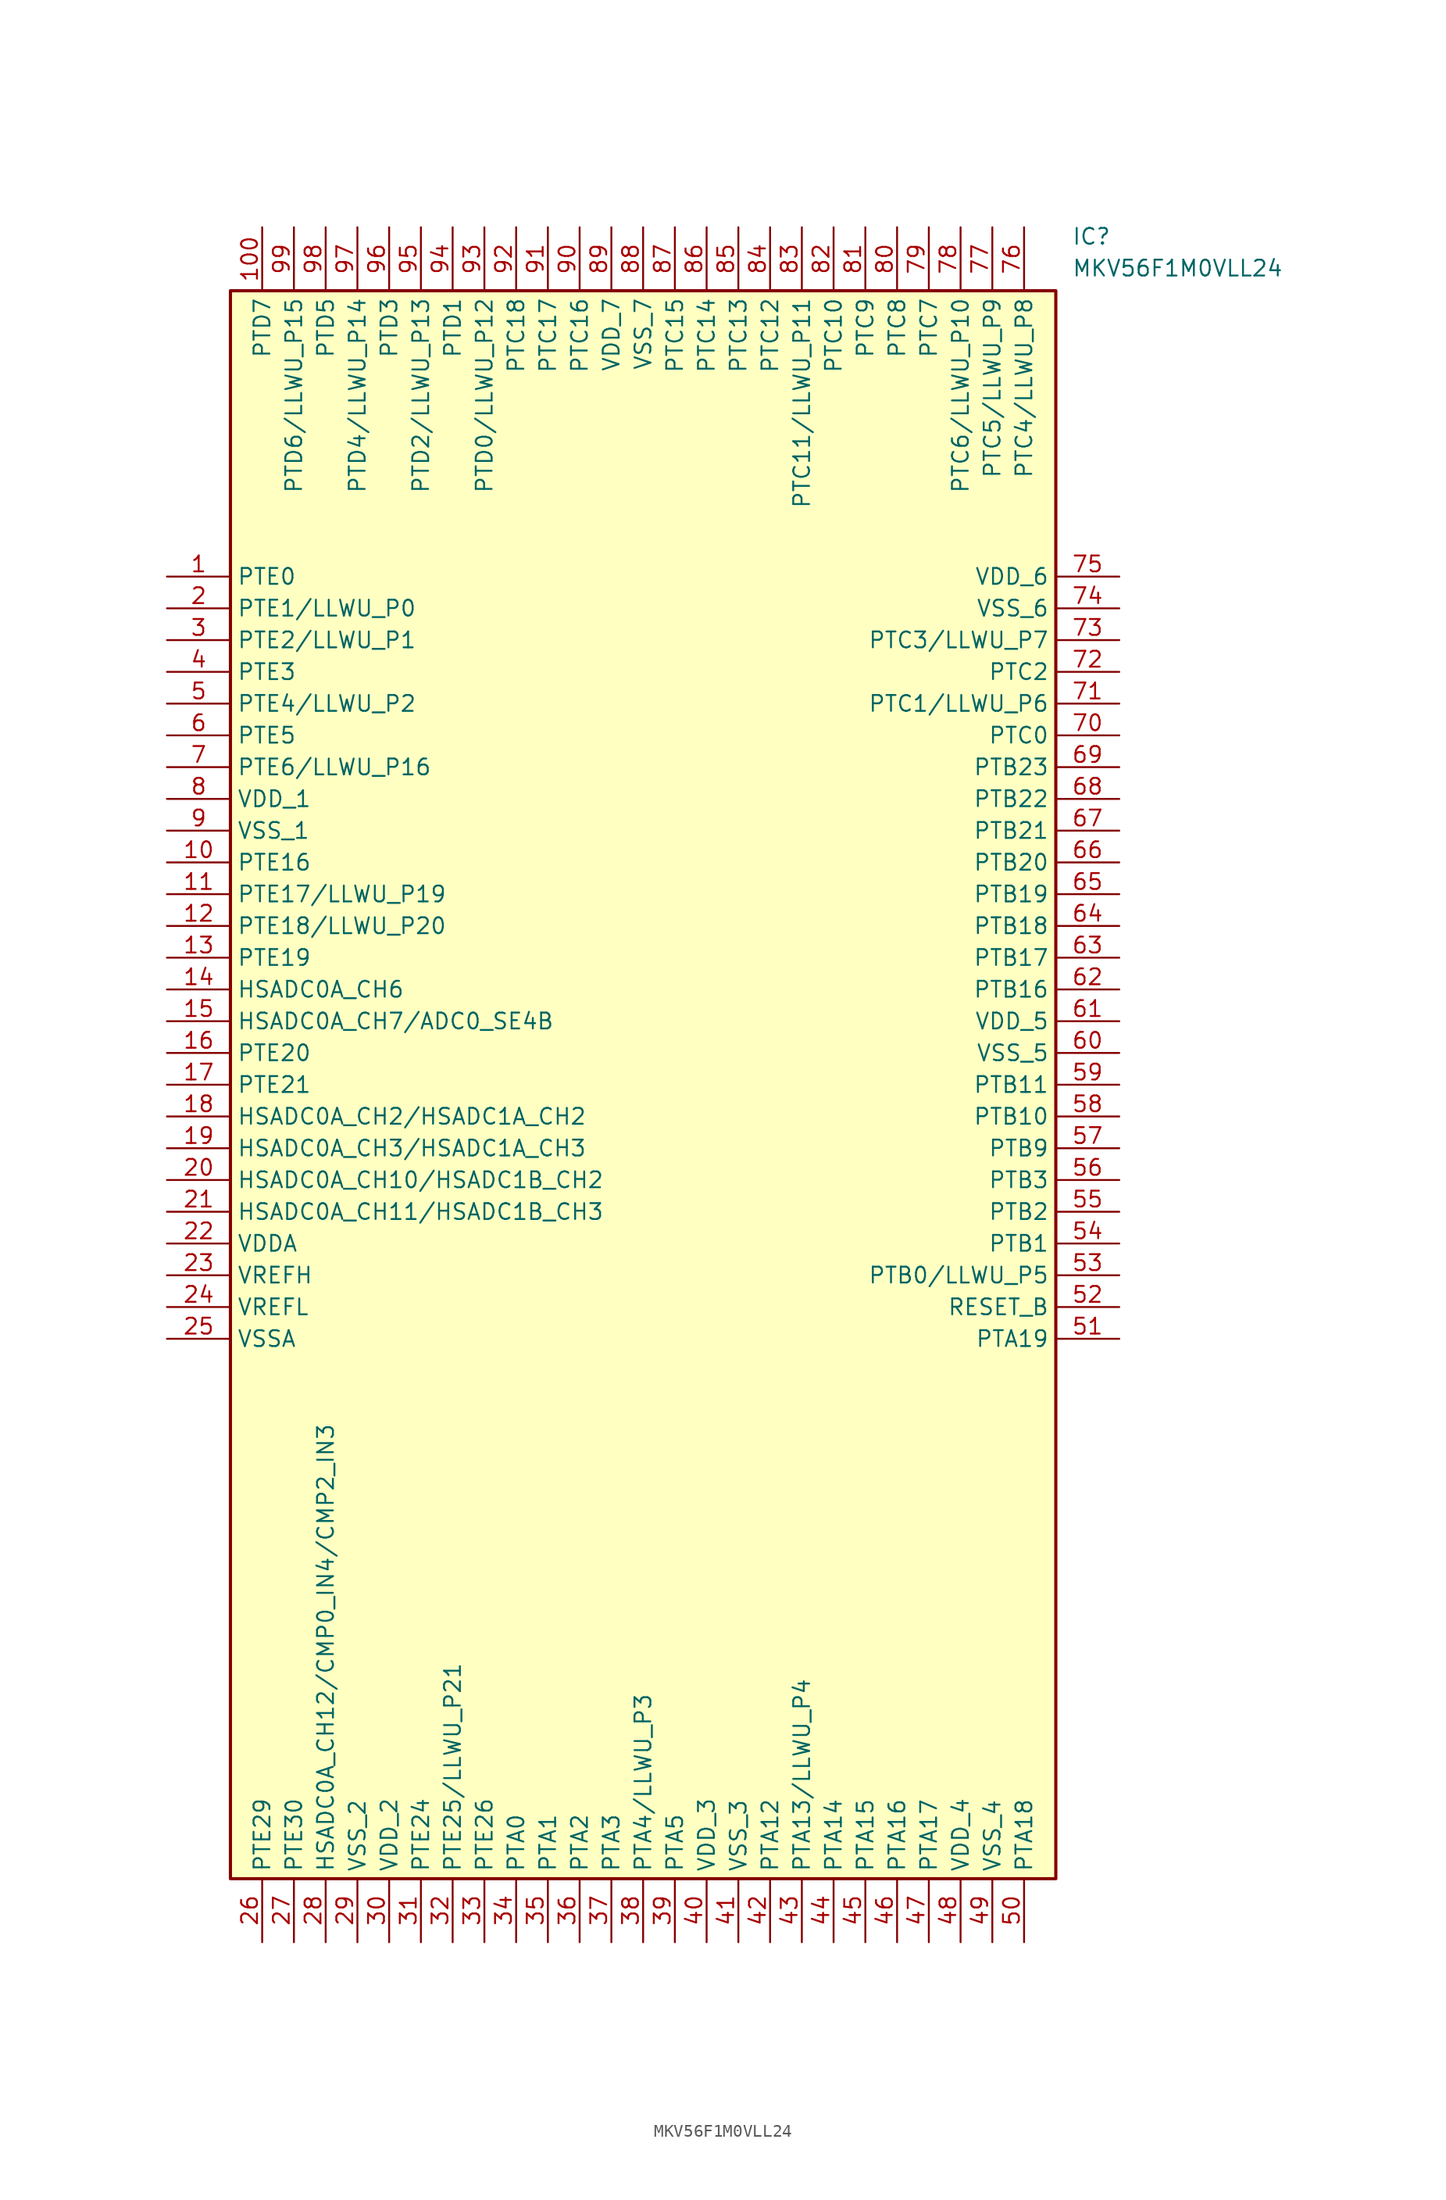
<source format=kicad_sym>
(kicad_symbol_lib
  (version 20211014)
  (generator SamacSys_ECAD_Model)
  (symbol "MKV56F1M0VLL24"
    (property "Reference" "IC"
      (at 72.39 27.94 0)
      (effects (font (size 1.27 1.27)) (justify left top)))
    (property "Value" "MKV56F1M0VLL24"
      (at 72.39 25.4 0)
      (effects (font (size 1.27 1.27)) (justify left top)))
    (rectangle
      (start 5.08 22.86)
      (end 71.12 -104.14)
      (stroke (width 0.254) (type default))
      (fill (type background)))
    (pin passive line
      (at 0 0 0)
      (length 5.08)
      (name "PTE0" (effects (font (size 1.27 1.27))))
      (number "1" (effects (font (size 1.27 1.27)))))
    (pin passive line
      (at 0 -2.54 0)
      (length 5.08)
      (name "PTE1/LLWU_P0" (effects (font (size 1.27 1.27))))
      (number "2" (effects (font (size 1.27 1.27)))))
    (pin passive line
      (at 0 -5.08 0)
      (length 5.08)
      (name "PTE2/LLWU_P1" (effects (font (size 1.27 1.27))))
      (number "3" (effects (font (size 1.27 1.27)))))
    (pin passive line
      (at 0 -7.62 0)
      (length 5.08)
      (name "PTE3" (effects (font (size 1.27 1.27))))
      (number "4" (effects (font (size 1.27 1.27)))))
    (pin passive line
      (at 0 -10.16 0)
      (length 5.08)
      (name "PTE4/LLWU_P2" (effects (font (size 1.27 1.27))))
      (number "5" (effects (font (size 1.27 1.27)))))
    (pin passive line
      (at 0 -12.7 0)
      (length 5.08)
      (name "PTE5" (effects (font (size 1.27 1.27))))
      (number "6" (effects (font (size 1.27 1.27)))))
    (pin passive line
      (at 0 -15.24 0)
      (length 5.08)
      (name "PTE6/LLWU_P16" (effects (font (size 1.27 1.27))))
      (number "7" (effects (font (size 1.27 1.27)))))
    (pin passive line
      (at 0 -17.78 0)
      (length 5.08)
      (name "VDD_1" (effects (font (size 1.27 1.27))))
      (number "8" (effects (font (size 1.27 1.27)))))
    (pin passive line
      (at 0 -20.32 0)
      (length 5.08)
      (name "VSS_1" (effects (font (size 1.27 1.27))))
      (number "9" (effects (font (size 1.27 1.27)))))
    (pin passive line
      (at 0 -22.86 0)
      (length 5.08)
      (name "PTE16" (effects (font (size 1.27 1.27))))
      (number "10" (effects (font (size 1.27 1.27)))))
    (pin passive line
      (at 0 -25.4 0)
      (length 5.08)
      (name "PTE17/LLWU_P19" (effects (font (size 1.27 1.27))))
      (number "11" (effects (font (size 1.27 1.27)))))
    (pin passive line
      (at 0 -27.94 0)
      (length 5.08)
      (name "PTE18/LLWU_P20" (effects (font (size 1.27 1.27))))
      (number "12" (effects (font (size 1.27 1.27)))))
    (pin passive line
      (at 0 -30.48 0)
      (length 5.08)
      (name "PTE19" (effects (font (size 1.27 1.27))))
      (number "13" (effects (font (size 1.27 1.27)))))
    (pin passive line
      (at 0 -33.02 0)
      (length 5.08)
      (name "HSADC0A_CH6" (effects (font (size 1.27 1.27))))
      (number "14" (effects (font (size 1.27 1.27)))))
    (pin passive line
      (at 0 -35.56 0)
      (length 5.08)
      (name "HSADC0A_CH7/ADC0_SE4B" (effects (font (size 1.27 1.27))))
      (number "15" (effects (font (size 1.27 1.27)))))
    (pin passive line
      (at 0 -38.1 0)
      (length 5.08)
      (name "PTE20" (effects (font (size 1.27 1.27))))
      (number "16" (effects (font (size 1.27 1.27)))))
    (pin passive line
      (at 0 -40.64 0)
      (length 5.08)
      (name "PTE21" (effects (font (size 1.27 1.27))))
      (number "17" (effects (font (size 1.27 1.27)))))
    (pin passive line
      (at 0 -43.18 0)
      (length 5.08)
      (name "HSADC0A_CH2/HSADC1A_CH2" (effects (font (size 1.27 1.27))))
      (number "18" (effects (font (size 1.27 1.27)))))
    (pin passive line
      (at 0 -45.72 0)
      (length 5.08)
      (name "HSADC0A_CH3/HSADC1A_CH3" (effects (font (size 1.27 1.27))))
      (number "19" (effects (font (size 1.27 1.27)))))
    (pin passive line
      (at 0 -48.26 0)
      (length 5.08)
      (name "HSADC0A_CH10/HSADC1B_CH2" (effects (font (size 1.27 1.27))))
      (number "20" (effects (font (size 1.27 1.27)))))
    (pin passive line
      (at 0 -50.8 0)
      (length 5.08)
      (name "HSADC0A_CH11/HSADC1B_CH3" (effects (font (size 1.27 1.27))))
      (number "21" (effects (font (size 1.27 1.27)))))
    (pin passive line
      (at 0 -53.34 0)
      (length 5.08)
      (name "VDDA" (effects (font (size 1.27 1.27))))
      (number "22" (effects (font (size 1.27 1.27)))))
    (pin passive line
      (at 0 -55.88 0)
      (length 5.08)
      (name "VREFH" (effects (font (size 1.27 1.27))))
      (number "23" (effects (font (size 1.27 1.27)))))
    (pin passive line
      (at 0 -58.42 0)
      (length 5.08)
      (name "VREFL" (effects (font (size 1.27 1.27))))
      (number "24" (effects (font (size 1.27 1.27)))))
    (pin passive line
      (at 0 -60.96 0)
      (length 5.08)
      (name "VSSA" (effects (font (size 1.27 1.27))))
      (number "25" (effects (font (size 1.27 1.27)))))
    (pin passive line
      (at 7.62 -109.22 90)
      (length 5.08)
      (name "PTE29" (effects (font (size 1.27 1.27))))
      (number "26" (effects (font (size 1.27 1.27)))))
    (pin passive line
      (at 10.16 -109.22 90)
      (length 5.08)
      (name "PTE30" (effects (font (size 1.27 1.27))))
      (number "27" (effects (font (size 1.27 1.27)))))
    (pin passive line
      (at 12.7 -109.22 90)
      (length 5.08)
      (name "HSADC0A_CH12/CMP0_IN4/CMP2_IN3" (effects (font (size 1.27 1.27))))
      (number "28" (effects (font (size 1.27 1.27)))))
    (pin passive line
      (at 15.24 -109.22 90)
      (length 5.08)
      (name "VSS_2" (effects (font (size 1.27 1.27))))
      (number "29" (effects (font (size 1.27 1.27)))))
    (pin passive line
      (at 17.78 -109.22 90)
      (length 5.08)
      (name "VDD_2" (effects (font (size 1.27 1.27))))
      (number "30" (effects (font (size 1.27 1.27)))))
    (pin passive line
      (at 20.32 -109.22 90)
      (length 5.08)
      (name "PTE24" (effects (font (size 1.27 1.27))))
      (number "31" (effects (font (size 1.27 1.27)))))
    (pin passive line
      (at 22.86 -109.22 90)
      (length 5.08)
      (name "PTE25/LLWU_P21" (effects (font (size 1.27 1.27))))
      (number "32" (effects (font (size 1.27 1.27)))))
    (pin passive line
      (at 25.4 -109.22 90)
      (length 5.08)
      (name "PTE26" (effects (font (size 1.27 1.27))))
      (number "33" (effects (font (size 1.27 1.27)))))
    (pin passive line
      (at 27.94 -109.22 90)
      (length 5.08)
      (name "PTA0" (effects (font (size 1.27 1.27))))
      (number "34" (effects (font (size 1.27 1.27)))))
    (pin passive line
      (at 30.48 -109.22 90)
      (length 5.08)
      (name "PTA1" (effects (font (size 1.27 1.27))))
      (number "35" (effects (font (size 1.27 1.27)))))
    (pin passive line
      (at 33.02 -109.22 90)
      (length 5.08)
      (name "PTA2" (effects (font (size 1.27 1.27))))
      (number "36" (effects (font (size 1.27 1.27)))))
    (pin passive line
      (at 35.56 -109.22 90)
      (length 5.08)
      (name "PTA3" (effects (font (size 1.27 1.27))))
      (number "37" (effects (font (size 1.27 1.27)))))
    (pin passive line
      (at 38.1 -109.22 90)
      (length 5.08)
      (name "PTA4/LLWU_P3" (effects (font (size 1.27 1.27))))
      (number "38" (effects (font (size 1.27 1.27)))))
    (pin passive line
      (at 40.64 -109.22 90)
      (length 5.08)
      (name "PTA5" (effects (font (size 1.27 1.27))))
      (number "39" (effects (font (size 1.27 1.27)))))
    (pin passive line
      (at 43.18 -109.22 90)
      (length 5.08)
      (name "VDD_3" (effects (font (size 1.27 1.27))))
      (number "40" (effects (font (size 1.27 1.27)))))
    (pin passive line
      (at 45.72 -109.22 90)
      (length 5.08)
      (name "VSS_3" (effects (font (size 1.27 1.27))))
      (number "41" (effects (font (size 1.27 1.27)))))
    (pin passive line
      (at 48.26 -109.22 90)
      (length 5.08)
      (name "PTA12" (effects (font (size 1.27 1.27))))
      (number "42" (effects (font (size 1.27 1.27)))))
    (pin passive line
      (at 50.8 -109.22 90)
      (length 5.08)
      (name "PTA13/LLWU_P4" (effects (font (size 1.27 1.27))))
      (number "43" (effects (font (size 1.27 1.27)))))
    (pin passive line
      (at 53.34 -109.22 90)
      (length 5.08)
      (name "PTA14" (effects (font (size 1.27 1.27))))
      (number "44" (effects (font (size 1.27 1.27)))))
    (pin passive line
      (at 55.88 -109.22 90)
      (length 5.08)
      (name "PTA15" (effects (font (size 1.27 1.27))))
      (number "45" (effects (font (size 1.27 1.27)))))
    (pin passive line
      (at 58.42 -109.22 90)
      (length 5.08)
      (name "PTA16" (effects (font (size 1.27 1.27))))
      (number "46" (effects (font (size 1.27 1.27)))))
    (pin passive line
      (at 60.96 -109.22 90)
      (length 5.08)
      (name "PTA17" (effects (font (size 1.27 1.27))))
      (number "47" (effects (font (size 1.27 1.27)))))
    (pin passive line
      (at 63.5 -109.22 90)
      (length 5.08)
      (name "VDD_4" (effects (font (size 1.27 1.27))))
      (number "48" (effects (font (size 1.27 1.27)))))
    (pin passive line
      (at 66.04 -109.22 90)
      (length 5.08)
      (name "VSS_4" (effects (font (size 1.27 1.27))))
      (number "49" (effects (font (size 1.27 1.27)))))
    (pin passive line
      (at 68.58 -109.22 90)
      (length 5.08)
      (name "PTA18" (effects (font (size 1.27 1.27))))
      (number "50" (effects (font (size 1.27 1.27)))))
    (pin passive line
      (at 76.2 0 180)
      (length 5.08)
      (name "VDD_6" (effects (font (size 1.27 1.27))))
      (number "75" (effects (font (size 1.27 1.27)))))
    (pin passive line
      (at 76.2 -2.54 180)
      (length 5.08)
      (name "VSS_6" (effects (font (size 1.27 1.27))))
      (number "74" (effects (font (size 1.27 1.27)))))
    (pin passive line
      (at 76.2 -5.08 180)
      (length 5.08)
      (name "PTC3/LLWU_P7" (effects (font (size 1.27 1.27))))
      (number "73" (effects (font (size 1.27 1.27)))))
    (pin passive line
      (at 76.2 -7.62 180)
      (length 5.08)
      (name "PTC2" (effects (font (size 1.27 1.27))))
      (number "72" (effects (font (size 1.27 1.27)))))
    (pin passive line
      (at 76.2 -10.16 180)
      (length 5.08)
      (name "PTC1/LLWU_P6" (effects (font (size 1.27 1.27))))
      (number "71" (effects (font (size 1.27 1.27)))))
    (pin passive line
      (at 76.2 -12.7 180)
      (length 5.08)
      (name "PTC0" (effects (font (size 1.27 1.27))))
      (number "70" (effects (font (size 1.27 1.27)))))
    (pin passive line
      (at 76.2 -15.24 180)
      (length 5.08)
      (name "PTB23" (effects (font (size 1.27 1.27))))
      (number "69" (effects (font (size 1.27 1.27)))))
    (pin passive line
      (at 76.2 -17.78 180)
      (length 5.08)
      (name "PTB22" (effects (font (size 1.27 1.27))))
      (number "68" (effects (font (size 1.27 1.27)))))
    (pin passive line
      (at 76.2 -20.32 180)
      (length 5.08)
      (name "PTB21" (effects (font (size 1.27 1.27))))
      (number "67" (effects (font (size 1.27 1.27)))))
    (pin passive line
      (at 76.2 -22.86 180)
      (length 5.08)
      (name "PTB20" (effects (font (size 1.27 1.27))))
      (number "66" (effects (font (size 1.27 1.27)))))
    (pin passive line
      (at 76.2 -25.4 180)
      (length 5.08)
      (name "PTB19" (effects (font (size 1.27 1.27))))
      (number "65" (effects (font (size 1.27 1.27)))))
    (pin passive line
      (at 76.2 -27.94 180)
      (length 5.08)
      (name "PTB18" (effects (font (size 1.27 1.27))))
      (number "64" (effects (font (size 1.27 1.27)))))
    (pin passive line
      (at 76.2 -30.48 180)
      (length 5.08)
      (name "PTB17" (effects (font (size 1.27 1.27))))
      (number "63" (effects (font (size 1.27 1.27)))))
    (pin passive line
      (at 76.2 -33.02 180)
      (length 5.08)
      (name "PTB16" (effects (font (size 1.27 1.27))))
      (number "62" (effects (font (size 1.27 1.27)))))
    (pin passive line
      (at 76.2 -35.56 180)
      (length 5.08)
      (name "VDD_5" (effects (font (size 1.27 1.27))))
      (number "61" (effects (font (size 1.27 1.27)))))
    (pin passive line
      (at 76.2 -38.1 180)
      (length 5.08)
      (name "VSS_5" (effects (font (size 1.27 1.27))))
      (number "60" (effects (font (size 1.27 1.27)))))
    (pin passive line
      (at 76.2 -40.64 180)
      (length 5.08)
      (name "PTB11" (effects (font (size 1.27 1.27))))
      (number "59" (effects (font (size 1.27 1.27)))))
    (pin passive line
      (at 76.2 -43.18 180)
      (length 5.08)
      (name "PTB10" (effects (font (size 1.27 1.27))))
      (number "58" (effects (font (size 1.27 1.27)))))
    (pin passive line
      (at 76.2 -45.72 180)
      (length 5.08)
      (name "PTB9" (effects (font (size 1.27 1.27))))
      (number "57" (effects (font (size 1.27 1.27)))))
    (pin passive line
      (at 76.2 -48.26 180)
      (length 5.08)
      (name "PTB3" (effects (font (size 1.27 1.27))))
      (number "56" (effects (font (size 1.27 1.27)))))
    (pin passive line
      (at 76.2 -50.8 180)
      (length 5.08)
      (name "PTB2" (effects (font (size 1.27 1.27))))
      (number "55" (effects (font (size 1.27 1.27)))))
    (pin passive line
      (at 76.2 -53.34 180)
      (length 5.08)
      (name "PTB1" (effects (font (size 1.27 1.27))))
      (number "54" (effects (font (size 1.27 1.27)))))
    (pin passive line
      (at 76.2 -55.88 180)
      (length 5.08)
      (name "PTB0/LLWU_P5" (effects (font (size 1.27 1.27))))
      (number "53" (effects (font (size 1.27 1.27)))))
    (pin passive line
      (at 76.2 -58.42 180)
      (length 5.08)
      (name "RESET_B" (effects (font (size 1.27 1.27))))
      (number "52" (effects (font (size 1.27 1.27)))))
    (pin passive line
      (at 76.2 -60.96 180)
      (length 5.08)
      (name "PTA19" (effects (font (size 1.27 1.27))))
      (number "51" (effects (font (size 1.27 1.27)))))
    (pin passive line
      (at 7.62 27.94 270)
      (length 5.08)
      (name "PTD7" (effects (font (size 1.27 1.27))))
      (number "100" (effects (font (size 1.27 1.27)))))
    (pin passive line
      (at 10.16 27.94 270)
      (length 5.08)
      (name "PTD6/LLWU_P15" (effects (font (size 1.27 1.27))))
      (number "99" (effects (font (size 1.27 1.27)))))
    (pin passive line
      (at 12.7 27.94 270)
      (length 5.08)
      (name "PTD5" (effects (font (size 1.27 1.27))))
      (number "98" (effects (font (size 1.27 1.27)))))
    (pin passive line
      (at 15.24 27.94 270)
      (length 5.08)
      (name "PTD4/LLWU_P14" (effects (font (size 1.27 1.27))))
      (number "97" (effects (font (size 1.27 1.27)))))
    (pin passive line
      (at 17.78 27.94 270)
      (length 5.08)
      (name "PTD3" (effects (font (size 1.27 1.27))))
      (number "96" (effects (font (size 1.27 1.27)))))
    (pin passive line
      (at 20.32 27.94 270)
      (length 5.08)
      (name "PTD2/LLWU_P13" (effects (font (size 1.27 1.27))))
      (number "95" (effects (font (size 1.27 1.27)))))
    (pin passive line
      (at 22.86 27.94 270)
      (length 5.08)
      (name "PTD1" (effects (font (size 1.27 1.27))))
      (number "94" (effects (font (size 1.27 1.27)))))
    (pin passive line
      (at 25.4 27.94 270)
      (length 5.08)
      (name "PTD0/LLWU_P12" (effects (font (size 1.27 1.27))))
      (number "93" (effects (font (size 1.27 1.27)))))
    (pin passive line
      (at 27.94 27.94 270)
      (length 5.08)
      (name "PTC18" (effects (font (size 1.27 1.27))))
      (number "92" (effects (font (size 1.27 1.27)))))
    (pin passive line
      (at 30.48 27.94 270)
      (length 5.08)
      (name "PTC17" (effects (font (size 1.27 1.27))))
      (number "91" (effects (font (size 1.27 1.27)))))
    (pin passive line
      (at 33.02 27.94 270)
      (length 5.08)
      (name "PTC16" (effects (font (size 1.27 1.27))))
      (number "90" (effects (font (size 1.27 1.27)))))
    (pin passive line
      (at 35.56 27.94 270)
      (length 5.08)
      (name "VDD_7" (effects (font (size 1.27 1.27))))
      (number "89" (effects (font (size 1.27 1.27)))))
    (pin passive line
      (at 38.1 27.94 270)
      (length 5.08)
      (name "VSS_7" (effects (font (size 1.27 1.27))))
      (number "88" (effects (font (size 1.27 1.27)))))
    (pin passive line
      (at 40.64 27.94 270)
      (length 5.08)
      (name "PTC15" (effects (font (size 1.27 1.27))))
      (number "87" (effects (font (size 1.27 1.27)))))
    (pin passive line
      (at 43.18 27.94 270)
      (length 5.08)
      (name "PTC14" (effects (font (size 1.27 1.27))))
      (number "86" (effects (font (size 1.27 1.27)))))
    (pin passive line
      (at 45.72 27.94 270)
      (length 5.08)
      (name "PTC13" (effects (font (size 1.27 1.27))))
      (number "85" (effects (font (size 1.27 1.27)))))
    (pin passive line
      (at 48.26 27.94 270)
      (length 5.08)
      (name "PTC12" (effects (font (size 1.27 1.27))))
      (number "84" (effects (font (size 1.27 1.27)))))
    (pin passive line
      (at 50.8 27.94 270)
      (length 5.08)
      (name "PTC11/LLWU_P11" (effects (font (size 1.27 1.27))))
      (number "83" (effects (font (size 1.27 1.27)))))
    (pin passive line
      (at 53.34 27.94 270)
      (length 5.08)
      (name "PTC10" (effects (font (size 1.27 1.27))))
      (number "82" (effects (font (size 1.27 1.27)))))
    (pin passive line
      (at 55.88 27.94 270)
      (length 5.08)
      (name "PTC9" (effects (font (size 1.27 1.27))))
      (number "81" (effects (font (size 1.27 1.27)))))
    (pin passive line
      (at 58.42 27.94 270)
      (length 5.08)
      (name "PTC8" (effects (font (size 1.27 1.27))))
      (number "80" (effects (font (size 1.27 1.27)))))
    (pin passive line
      (at 60.96 27.94 270)
      (length 5.08)
      (name "PTC7" (effects (font (size 1.27 1.27))))
      (number "79" (effects (font (size 1.27 1.27)))))
    (pin passive line
      (at 63.5 27.94 270)
      (length 5.08)
      (name "PTC6/LLWU_P10" (effects (font (size 1.27 1.27))))
      (number "78" (effects (font (size 1.27 1.27)))))
    (pin passive line
      (at 66.04 27.94 270)
      (length 5.08)
      (name "PTC5/LLWU_P9" (effects (font (size 1.27 1.27))))
      (number "77" (effects (font (size 1.27 1.27)))))
    (pin passive line
      (at 68.58 27.94 270)
      (length 5.08)
      (name "PTC4/LLWU_P8" (effects (font (size 1.27 1.27))))
      (number "76" (effects (font (size 1.27 1.27)))))))
</source>
